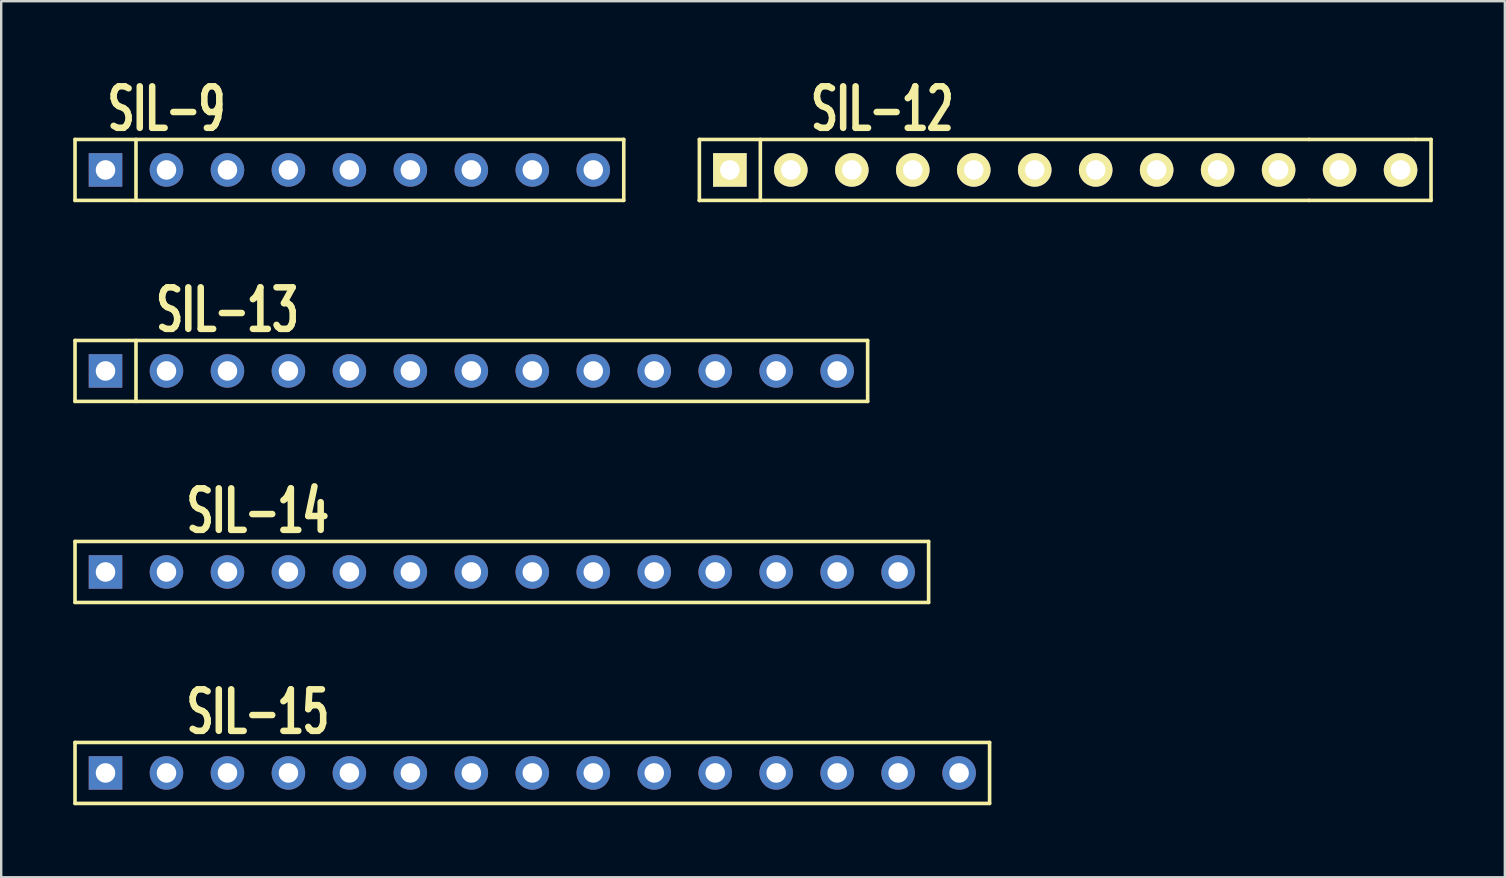
<source format=kicad_pcb>
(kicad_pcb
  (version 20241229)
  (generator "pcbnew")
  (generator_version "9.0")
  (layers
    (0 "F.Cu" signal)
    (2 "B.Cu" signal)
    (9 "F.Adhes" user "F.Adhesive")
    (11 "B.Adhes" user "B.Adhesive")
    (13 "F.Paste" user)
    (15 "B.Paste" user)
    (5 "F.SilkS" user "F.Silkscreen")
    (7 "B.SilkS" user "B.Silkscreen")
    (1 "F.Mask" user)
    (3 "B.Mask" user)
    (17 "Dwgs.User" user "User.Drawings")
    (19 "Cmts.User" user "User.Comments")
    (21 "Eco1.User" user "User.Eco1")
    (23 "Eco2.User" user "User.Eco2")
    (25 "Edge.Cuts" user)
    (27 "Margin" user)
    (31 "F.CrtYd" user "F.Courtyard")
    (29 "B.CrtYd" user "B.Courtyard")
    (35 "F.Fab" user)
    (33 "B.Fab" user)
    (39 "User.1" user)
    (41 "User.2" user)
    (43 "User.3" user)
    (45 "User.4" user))
  (footprint "SIL-9"
    (layer "F.Cu")
    (at 11.505 4.029)
    (property "Reference" "SIL-9" (at -7.62 -2.54 0) (layer "F.SilkS") (effects (font (size 1.73 1.087) (thickness 0.305))))
    (attr through_hole)
    (fp_line (start -11.43 1.27) (end -11.43 -1.27) (stroke (width 0.15) (type solid)) (layer "F.SilkS"))
    (fp_line (start -8.89 -1.27) (end -8.89 1.27) (stroke (width 0.15) (type solid)) (layer "F.SilkS"))
    (fp_line (start 11.43 -1.27) (end -11.43 -1.27) (stroke (width 0.15) (type solid)) (layer "F.SilkS"))
    (fp_line (start 11.43 -1.27) (end 11.43 1.27) (stroke (width 0.15) (type solid)) (layer "F.SilkS"))
    (fp_line (start 11.43 1.27) (end -11.43 1.27) (stroke (width 0.15) (type solid)) (layer "F.SilkS"))
    (pad "1" thru_hole rect (at -10.16 0) (size 1.397 1.397) (drill 0.813) (layers "*.Cu" "*.Mask"))
    (pad "2" thru_hole circle (at -7.62 0) (size 1.397 1.397) (drill 0.813) (layers "*.Cu" "*.Mask"))
    (pad "3" thru_hole circle (at -5.08 0) (size 1.397 1.397) (drill 0.813) (layers "*.Cu" "*.Mask"))
    (pad "4" thru_hole circle (at -2.54 0) (size 1.397 1.397) (drill 0.813) (layers "*.Cu" "*.Mask"))
    (pad "5" thru_hole circle (at 0 0) (size 1.397 1.397) (drill 0.813) (layers "*.Cu" "*.Mask"))
    (pad "6" thru_hole circle (at 2.54 0) (size 1.397 1.397) (drill 0.813) (layers "*.Cu" "*.Mask"))
    (pad "7" thru_hole circle (at 5.08 0) (size 1.397 1.397) (drill 0.813) (layers "*.Cu" "*.Mask"))
    (pad "8" thru_hole circle (at 7.62 0) (size 1.397 1.397) (drill 0.813) (layers "*.Cu" "*.Mask"))
    (pad "9" thru_hole circle (at 10.16 0) (size 1.397 1.397) (drill 0.813) (layers "*.Cu" "*.Mask")))
  (footprint "SIL-15"
    (layer "F.Cu")
    (at 19.125 29.15)
    (property "Reference" "SIL-15" (at -11.43 -2.54 0) (layer "F.SilkS") (effects (font (size 1.73 1.087) (thickness 0.305))))
    (attr through_hole)
    (fp_line (start -19.05 -1.27) (end 19.05 -1.27) (stroke (width 0.15) (type solid)) (layer "F.SilkS"))
    (fp_line (start -19.05 1.27) (end -19.05 -1.27) (stroke (width 0.15) (type solid)) (layer "F.SilkS"))
    (fp_line (start 19.05 -1.27) (end 19.05 1.27) (stroke (width 0.15) (type solid)) (layer "F.SilkS"))
    (fp_line (start 19.05 1.27) (end -19.05 1.27) (stroke (width 0.15) (type solid)) (layer "F.SilkS"))
    (pad "1" thru_hole rect (at -17.78 0) (size 1.397 1.397) (drill 0.813) (layers "*.Cu" "*.Mask"))
    (pad "2" thru_hole circle (at -15.24 0) (size 1.397 1.397) (drill 0.813) (layers "*.Cu" "*.Mask"))
    (pad "3" thru_hole circle (at -12.7 0) (size 1.397 1.397) (drill 0.813) (layers "*.Cu" "*.Mask"))
    (pad "4" thru_hole circle (at -10.16 0) (size 1.397 1.397) (drill 0.813) (layers "*.Cu" "*.Mask"))
    (pad "5" thru_hole circle (at -7.62 0) (size 1.397 1.397) (drill 0.813) (layers "*.Cu" "*.Mask"))
    (pad "6" thru_hole circle (at -5.08 0) (size 1.397 1.397) (drill 0.813) (layers "*.Cu" "*.Mask"))
    (pad "7" thru_hole circle (at -2.54 0) (size 1.397 1.397) (drill 0.813) (layers "*.Cu" "*.Mask"))
    (pad "8" thru_hole circle (at 0 0) (size 1.397 1.397) (drill 0.813) (layers "*.Cu" "*.Mask"))
    (pad "9" thru_hole circle (at 2.54 0) (size 1.397 1.397) (drill 0.813) (layers "*.Cu" "*.Mask"))
    (pad "10" thru_hole circle (at 5.08 0) (size 1.397 1.397) (drill 0.813) (layers "*.Cu" "*.Mask"))
    (pad "11" thru_hole circle (at 7.62 0) (size 1.397 1.397) (drill 0.813) (layers "*.Cu" "*.Mask"))
    (pad "12" thru_hole circle (at 10.16 0) (size 1.397 1.397) (drill 0.813) (layers "*.Cu" "*.Mask"))
    (pad "13" thru_hole circle (at 12.7 0) (size 1.397 1.397) (drill 0.813) (layers "*.Cu" "*.Mask"))
    (pad "14" thru_hole circle (at 15.24 0) (size 1.397 1.397) (drill 0.813) (layers "*.Cu" "*.Mask"))
    (pad "15" thru_hole circle (at 17.78 0) (size 1.397 1.397) (drill 0.813) (layers "*.Cu" "*.Mask")))
  (footprint "SIL-13"
    (layer "F.Cu")
    (at 16.585 12.403)
    (property "Reference" "SIL-13" (at -10.16 -2.54 0) (layer "F.SilkS") (effects (font (size 1.73 1.087) (thickness 0.305))))
    (attr through_hole)
    (fp_line (start -16.51 -1.27) (end 16.51 -1.27) (stroke (width 0.15) (type solid)) (layer "F.SilkS"))
    (fp_line (start -16.51 1.27) (end -16.51 -1.27) (stroke (width 0.15) (type solid)) (layer "F.SilkS"))
    (fp_line (start -13.97 -1.27) (end -13.97 1.27) (stroke (width 0.15) (type solid)) (layer "F.SilkS"))
    (fp_line (start 16.51 -1.27) (end 16.51 1.27) (stroke (width 0.15) (type solid)) (layer "F.SilkS"))
    (fp_line (start 16.51 1.27) (end -16.51 1.27) (stroke (width 0.15) (type solid)) (layer "F.SilkS"))
    (pad "1" thru_hole rect (at -15.24 0) (size 1.397 1.397) (drill 0.813) (layers "*.Cu" "*.Mask"))
    (pad "2" thru_hole circle (at -12.7 0) (size 1.397 1.397) (drill 0.813) (layers "*.Cu" "*.Mask"))
    (pad "3" thru_hole circle (at -10.16 0) (size 1.397 1.397) (drill 0.813) (layers "*.Cu" "*.Mask"))
    (pad "4" thru_hole circle (at -7.62 0) (size 1.397 1.397) (drill 0.813) (layers "*.Cu" "*.Mask"))
    (pad "5" thru_hole circle (at -5.08 0) (size 1.397 1.397) (drill 0.813) (layers "*.Cu" "*.Mask"))
    (pad "6" thru_hole circle (at -2.54 0) (size 1.397 1.397) (drill 0.813) (layers "*.Cu" "*.Mask"))
    (pad "7" thru_hole circle (at 0 0) (size 1.397 1.397) (drill 0.813) (layers "*.Cu" "*.Mask"))
    (pad "8" thru_hole circle (at 2.54 0) (size 1.397 1.397) (drill 0.813) (layers "*.Cu" "*.Mask"))
    (pad "9" thru_hole circle (at 5.08 0) (size 1.397 1.397) (drill 0.813) (layers "*.Cu" "*.Mask"))
    (pad "10" thru_hole circle (at 7.62 0) (size 1.397 1.397) (drill 0.813) (layers "*.Cu" "*.Mask"))
    (pad "11" thru_hole circle (at 10.16 0) (size 1.397 1.397) (drill 0.813) (layers "*.Cu" "*.Mask"))
    (pad "12" thru_hole circle (at 12.7 0) (size 1.397 1.397) (drill 0.813) (layers "*.Cu" "*.Mask"))
    (pad "13" thru_hole circle (at 15.24 0) (size 1.397 1.397) (drill 0.813) (layers "*.Cu" "*.Mask")))
  (footprint "SIL-12"
    (layer "F.Cu")
    (at 41.325 4.029)
    (property "Reference" "SIL-12" (at -7.62 -2.54 0) (layer "F.SilkS") (effects (font (size 1.73 1.087) (thickness 0.305))))
    (attr through_hole)
    (fp_line (start -15.24 -1.27) (end 10.16 -1.27) (stroke (width 0.15) (type solid)) (layer "F.SilkS"))
    (fp_line (start -15.24 1.27) (end -15.24 -1.27) (stroke (width 0.15) (type solid)) (layer "F.SilkS"))
    (fp_line (start -15.24 1.27) (end -15.24 1.27) (stroke (width 0.15) (type solid)) (layer "F.SilkS"))
    (fp_line (start -12.7 1.27) (end -12.7 -1.27) (stroke (width 0.15) (type solid)) (layer "F.SilkS"))
    (fp_line (start 10.16 -1.27) (end 14.605 -1.27) (stroke (width 0.15) (type solid)) (layer "F.SilkS"))
    (fp_line (start 10.16 1.27) (end -15.24 1.27) (stroke (width 0.15) (type solid)) (layer "F.SilkS"))
    (fp_line (start 14.605 -1.27) (end 15.24 -1.27) (stroke (width 0.15) (type solid)) (layer "F.SilkS"))
    (fp_line (start 15.24 -1.27) (end 15.24 1.27) (stroke (width 0.15) (type solid)) (layer "F.SilkS"))
    (fp_line (start 15.24 1.27) (end 10.16 1.27) (stroke (width 0.15) (type solid)) (layer "F.SilkS"))
    (pad "1" thru_hole rect (at -13.97 0) (size 1.397 1.397) (drill 0.813) (layers "*.Cu" "*.Mask" "F.SilkS"))
    (pad "2" thru_hole circle (at -11.43 0) (size 1.397 1.397) (drill 0.813) (layers "*.Cu" "*.Mask" "F.SilkS"))
    (pad "3" thru_hole circle (at -8.89 0) (size 1.397 1.397) (drill 0.813) (layers "*.Cu" "*.Mask" "F.SilkS"))
    (pad "4" thru_hole circle (at -6.35 0) (size 1.397 1.397) (drill 0.813) (layers "*.Cu" "*.Mask" "F.SilkS"))
    (pad "5" thru_hole circle (at -3.81 0) (size 1.397 1.397) (drill 0.813) (layers "*.Cu" "*.Mask" "F.SilkS"))
    (pad "6" thru_hole circle (at -1.27 0) (size 1.397 1.397) (drill 0.813) (layers "*.Cu" "*.Mask" "F.SilkS"))
    (pad "7" thru_hole circle (at 1.27 0) (size 1.397 1.397) (drill 0.813) (layers "*.Cu" "*.Mask" "F.SilkS"))
    (pad "8" thru_hole circle (at 3.81 0) (size 1.397 1.397) (drill 0.813) (layers "*.Cu" "*.Mask" "F.SilkS"))
    (pad "9" thru_hole circle (at 6.35 0) (size 1.397 1.397) (drill 0.813) (layers "*.Cu" "*.Mask" "F.SilkS"))
    (pad "10" thru_hole circle (at 8.89 0) (size 1.397 1.397) (drill 0.813) (layers "*.Cu" "*.Mask" "F.SilkS"))
    (pad "11" thru_hole circle (at 11.43 0) (size 1.397 1.397) (drill 0.813) (layers "*.Cu" "*.Mask" "F.SilkS"))
    (pad "12" thru_hole circle (at 13.97 0) (size 1.397 1.397) (drill 0.813) (layers "*.Cu" "*.Mask" "F.SilkS")))
  (footprint "SIL-14"
    (layer "F.Cu")
    (at 17.855 20.777)
    (property "Reference" "SIL-14" (at -10.16 -2.54 0) (layer "F.SilkS") (effects (font (size 1.73 1.087) (thickness 0.305))))
    (attr through_hole)
    (fp_line (start -17.78 -1.27) (end 17.78 -1.27) (stroke (width 0.15) (type solid)) (layer "F.SilkS"))
    (fp_line (start -17.78 1.27) (end -17.78 -1.27) (stroke (width 0.15) (type solid)) (layer "F.SilkS"))
    (fp_line (start 17.78 -1.27) (end 17.78 1.27) (stroke (width 0.15) (type solid)) (layer "F.SilkS"))
    (fp_line (start 17.78 1.27) (end -17.78 1.27) (stroke (width 0.15) (type solid)) (layer "F.SilkS"))
    (pad "1" thru_hole rect (at -16.51 0) (size 1.397 1.397) (drill 0.813) (layers "*.Cu" "*.Mask"))
    (pad "2" thru_hole circle (at -13.97 0) (size 1.397 1.397) (drill 0.813) (layers "*.Cu" "*.Mask"))
    (pad "3" thru_hole circle (at -11.43 0) (size 1.397 1.397) (drill 0.813) (layers "*.Cu" "*.Mask"))
    (pad "4" thru_hole circle (at -8.89 0) (size 1.397 1.397) (drill 0.813) (layers "*.Cu" "*.Mask"))
    (pad "5" thru_hole circle (at -6.35 0) (size 1.397 1.397) (drill 0.813) (layers "*.Cu" "*.Mask"))
    (pad "6" thru_hole circle (at -3.81 0) (size 1.397 1.397) (drill 0.813) (layers "*.Cu" "*.Mask"))
    (pad "7" thru_hole circle (at -1.27 0) (size 1.397 1.397) (drill 0.813) (layers "*.Cu" "*.Mask"))
    (pad "8" thru_hole circle (at 1.27 0) (size 1.397 1.397) (drill 0.813) (layers "*.Cu" "*.Mask"))
    (pad "9" thru_hole circle (at 3.81 0) (size 1.397 1.397) (drill 0.813) (layers "*.Cu" "*.Mask"))
    (pad "10" thru_hole circle (at 6.35 0) (size 1.397 1.397) (drill 0.813) (layers "*.Cu" "*.Mask"))
    (pad "11" thru_hole circle (at 8.89 0) (size 1.397 1.397) (drill 0.813) (layers "*.Cu" "*.Mask"))
    (pad "12" thru_hole circle (at 11.43 0) (size 1.397 1.397) (drill 0.813) (layers "*.Cu" "*.Mask"))
    (pad "13" thru_hole circle (at 13.97 0) (size 1.397 1.397) (drill 0.813) (layers "*.Cu" "*.Mask"))
    (pad "14" thru_hole circle (at 16.51 0) (size 1.397 1.397) (drill 0.813) (layers "*.Cu" "*.Mask")))
  (gr_rect
    (start -3 -3)
    (end 59.64 33.495)
    (stroke (width 0.1) (type default))
    (fill no)
    (layer "Edge.Cuts")))
</source>
